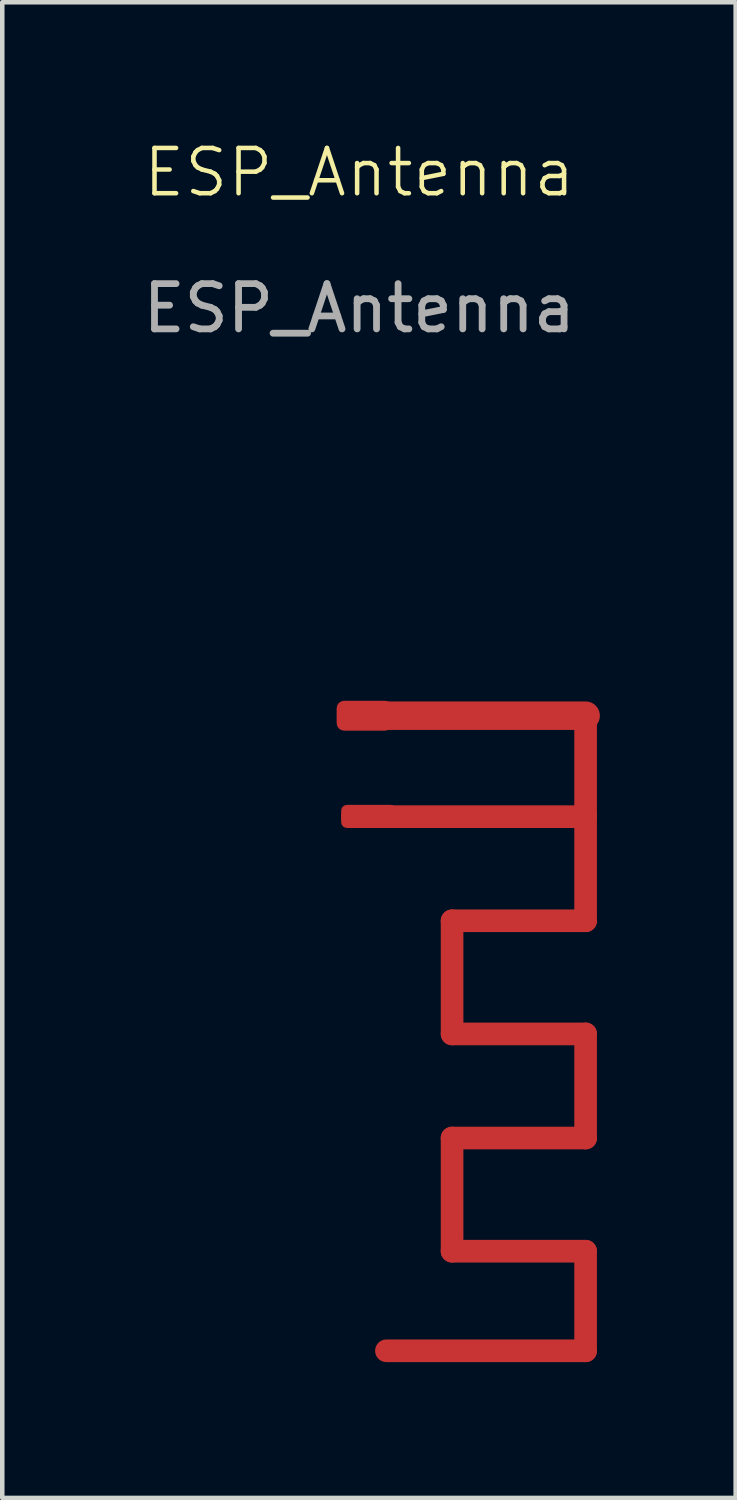
<source format=kicad_pcb>
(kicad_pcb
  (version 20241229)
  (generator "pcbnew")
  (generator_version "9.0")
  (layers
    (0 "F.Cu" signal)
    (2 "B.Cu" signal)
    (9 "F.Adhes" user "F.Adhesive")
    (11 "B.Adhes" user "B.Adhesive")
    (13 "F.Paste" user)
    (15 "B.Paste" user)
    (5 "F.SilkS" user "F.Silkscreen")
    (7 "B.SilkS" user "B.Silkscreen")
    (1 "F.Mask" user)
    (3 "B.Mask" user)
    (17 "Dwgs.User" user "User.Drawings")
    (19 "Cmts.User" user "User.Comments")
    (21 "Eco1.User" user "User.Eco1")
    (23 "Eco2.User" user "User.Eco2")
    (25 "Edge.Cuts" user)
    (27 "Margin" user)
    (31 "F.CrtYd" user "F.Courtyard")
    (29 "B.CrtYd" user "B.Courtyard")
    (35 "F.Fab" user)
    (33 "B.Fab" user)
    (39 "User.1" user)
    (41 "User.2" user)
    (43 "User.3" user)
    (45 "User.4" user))
  (footprint "ESP_Antenna"
    (layer "F.Cu")
    (at 4.887 14.761)
    (property "Reference" "ESP_Antenna" (at 0 -14 0) (unlocked yes) (layer "F.SilkS") (effects (font (size 1 1) (thickness 0.1))))
    (attr smd)
    (fp_line (start -0.15 0.23) (end 5 0.23) (stroke (width 0.5) (type default)) (layer "F.Cu"))
    (fp_line (start 2.05 2.53) (end 2.05 5.03) (stroke (width 0.5) (type default)) (layer "F.Cu"))
    (fp_line (start 2.05 5.03) (end 5 5.03) (stroke (width 0.5) (type default)) (layer "F.Cu"))
    (fp_line (start 2.05 7.33) (end 2.05 9.83) (stroke (width 0.5) (type default)) (layer "F.Cu"))
    (fp_line (start 2.05 9.83) (end 5 9.83) (stroke (width 0.5) (type default)) (layer "F.Cu"))
    (fp_line (start 5 -2) (end -0.15 -2) (stroke (width 0.63) (type default)) (layer "F.Cu"))
    (fp_line (start 5 0.23) (end 5 -2) (stroke (width 0.5) (type default)) (layer "F.Cu"))
    (fp_line (start 5 0.23) (end 5 2.53) (stroke (width 0.5) (type default)) (layer "F.Cu"))
    (fp_line (start 5 2.53) (end 2.05 2.53) (stroke (width 0.5) (type default)) (layer "F.Cu"))
    (fp_line (start 5 5.03) (end 5 7.33) (stroke (width 0.5) (type default)) (layer "F.Cu"))
    (fp_line (start 5 7.33) (end 2.05 7.33) (stroke (width 0.5) (type default)) (layer "F.Cu"))
    (fp_line (start 5 9.83) (end 5 12.03) (stroke (width 0.5) (type default)) (layer "F.Cu"))
    (fp_line (start 5 12.03) (end 0.6 12.03) (stroke (width 0.5) (type default)) (layer "F.Cu"))
    (fp_text user "${REFERENCE}" (at 0 -11 0) (unlocked yes) (layer "F.Fab") (effects (font (size 1 1) (thickness 0.15))))
    (pad "1" smd roundrect (at 0.211 0.225) (size 1.222 0.51) (layers "F.Cu" "F.Mask" "F.Paste") (roundrect_rratio 0.25))
    (pad "2" smd roundrect (at 0.118 -2) (size 1.236 0.66) (layers "F.Cu" "F.Mask" "F.Paste") (roundrect_rratio 0.25)))
  (gr_rect
    (start -3 -3)
    (end 13.202 30.041)
    (stroke (width 0.1) (type default))
    (fill no)
    (layer "Edge.Cuts")))
</source>
